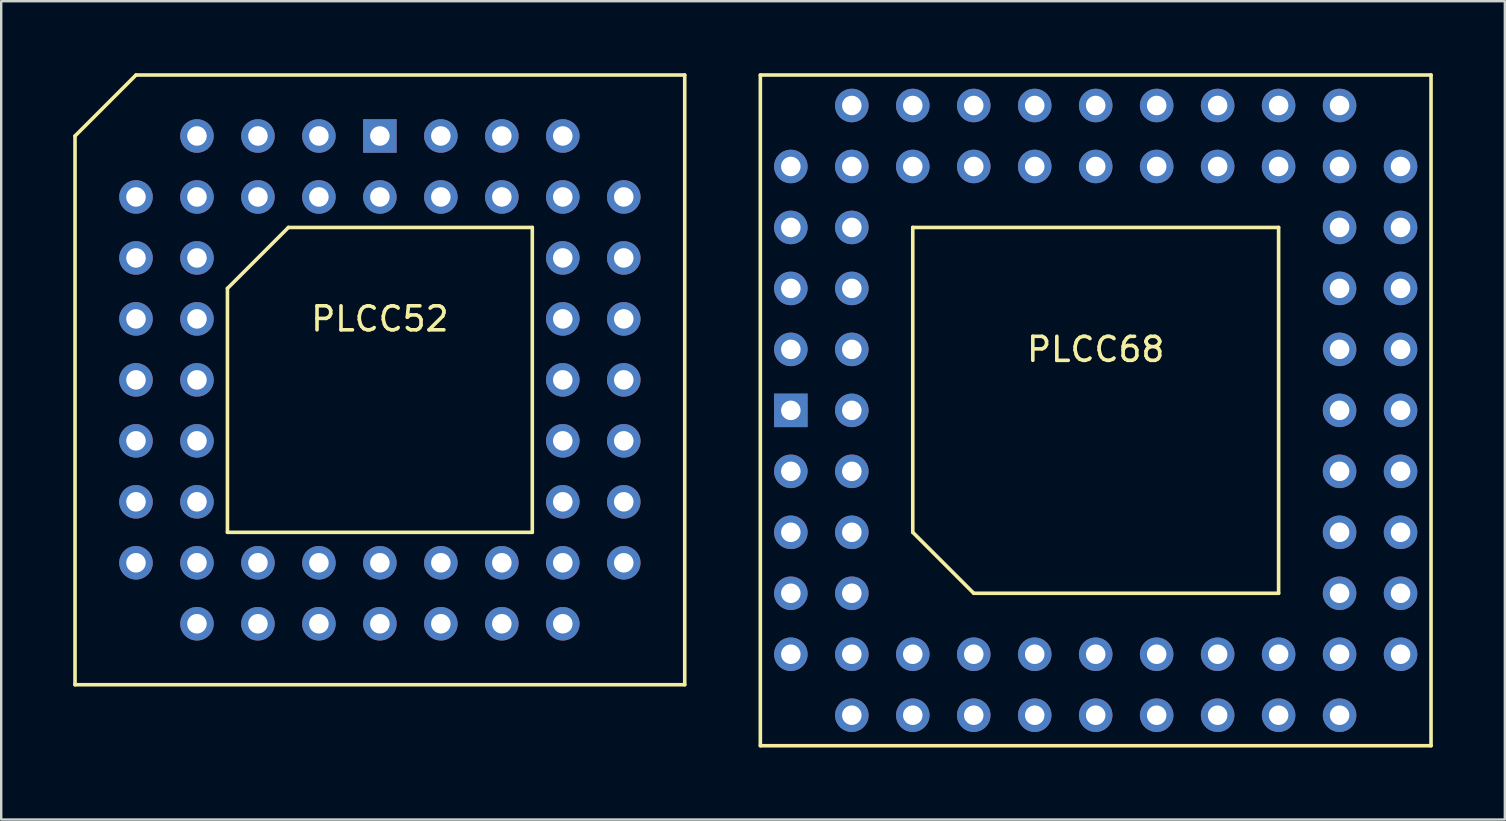
<source format=kicad_pcb>
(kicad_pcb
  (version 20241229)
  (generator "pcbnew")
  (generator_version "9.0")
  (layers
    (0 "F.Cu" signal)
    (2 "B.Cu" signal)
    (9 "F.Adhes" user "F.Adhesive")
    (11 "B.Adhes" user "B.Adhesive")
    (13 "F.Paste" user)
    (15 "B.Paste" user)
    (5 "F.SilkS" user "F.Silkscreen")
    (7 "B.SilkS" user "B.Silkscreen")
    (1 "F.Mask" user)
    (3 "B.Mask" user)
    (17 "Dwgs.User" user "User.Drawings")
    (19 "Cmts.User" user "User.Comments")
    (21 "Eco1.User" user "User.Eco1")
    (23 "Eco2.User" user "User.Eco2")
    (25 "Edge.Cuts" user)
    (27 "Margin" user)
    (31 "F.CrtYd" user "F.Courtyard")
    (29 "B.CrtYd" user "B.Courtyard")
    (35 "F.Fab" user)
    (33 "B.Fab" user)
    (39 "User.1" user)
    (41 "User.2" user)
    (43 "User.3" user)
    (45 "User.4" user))
  (footprint "PLCC68"
    (layer "F.Cu")
    (at 42.595 14.045)
    (property "Reference" "PLCC68" (at 0 -2.54 0) (layer "F.SilkS") (effects (font (size 1 1) (thickness 0.15))))
    (attr through_hole)
    (fp_line (start -13.97 -13.97) (end 13.97 -13.97) (stroke (width 0.15) (type solid)) (layer "F.SilkS"))
    (fp_line (start -13.97 13.97) (end -13.97 -13.97) (stroke (width 0.15) (type solid)) (layer "F.SilkS"))
    (fp_line (start -7.62 -7.62) (end 7.62 -7.62) (stroke (width 0.15) (type solid)) (layer "F.SilkS"))
    (fp_line (start -7.62 5.08) (end -7.62 -7.62) (stroke (width 0.15) (type solid)) (layer "F.SilkS"))
    (fp_line (start -5.08 7.62) (end -7.62 5.08) (stroke (width 0.15) (type solid)) (layer "F.SilkS"))
    (fp_line (start 7.62 -7.62) (end 7.62 7.62) (stroke (width 0.15) (type solid)) (layer "F.SilkS"))
    (fp_line (start 7.62 7.62) (end -5.08 7.62) (stroke (width 0.15) (type solid)) (layer "F.SilkS"))
    (fp_line (start 13.97 -13.97) (end 13.97 13.97) (stroke (width 0.15) (type solid)) (layer "F.SilkS"))
    (fp_line (start 13.97 13.97) (end -13.97 13.97) (stroke (width 0.15) (type solid)) (layer "F.SilkS"))
    (pad "1" thru_hole rect (at -12.7 0) (size 1.397 1.397) (drill 0.813) (layers "*.Cu" "*.Mask"))
    (pad "2" thru_hole circle (at -10.16 0) (size 1.397 1.397) (drill 0.813) (layers "*.Cu" "*.Mask"))
    (pad "3" thru_hole circle (at -12.7 2.54) (size 1.397 1.397) (drill 0.813) (layers "*.Cu" "*.Mask"))
    (pad "4" thru_hole circle (at -10.16 2.54) (size 1.397 1.397) (drill 0.813) (layers "*.Cu" "*.Mask"))
    (pad "5" thru_hole circle (at -12.7 5.08) (size 1.397 1.397) (drill 0.813) (layers "*.Cu" "*.Mask"))
    (pad "6" thru_hole circle (at -10.16 5.08) (size 1.397 1.397) (drill 0.813) (layers "*.Cu" "*.Mask"))
    (pad "7" thru_hole circle (at -12.7 7.62) (size 1.397 1.397) (drill 0.813) (layers "*.Cu" "*.Mask"))
    (pad "8" thru_hole circle (at -10.16 7.62) (size 1.397 1.397) (drill 0.813) (layers "*.Cu" "*.Mask"))
    (pad "9" thru_hole circle (at -12.7 10.16) (size 1.397 1.397) (drill 0.813) (layers "*.Cu" "*.Mask"))
    (pad "10" thru_hole circle (at -10.16 12.7) (size 1.397 1.397) (drill 0.813) (layers "*.Cu" "*.Mask"))
    (pad "11" thru_hole circle (at -10.16 10.16) (size 1.397 1.397) (drill 0.813) (layers "*.Cu" "*.Mask"))
    (pad "12" thru_hole circle (at -7.62 12.7) (size 1.397 1.397) (drill 0.813) (layers "*.Cu" "*.Mask"))
    (pad "13" thru_hole circle (at -7.62 10.16) (size 1.397 1.397) (drill 0.813) (layers "*.Cu" "*.Mask"))
    (pad "14" thru_hole circle (at -5.08 12.7) (size 1.397 1.397) (drill 0.813) (layers "*.Cu" "*.Mask"))
    (pad "15" thru_hole circle (at -5.08 10.16) (size 1.397 1.397) (drill 0.813) (layers "*.Cu" "*.Mask"))
    (pad "16" thru_hole circle (at -2.54 12.7) (size 1.397 1.397) (drill 0.813) (layers "*.Cu" "*.Mask"))
    (pad "17" thru_hole circle (at -2.54 10.16) (size 1.397 1.397) (drill 0.813) (layers "*.Cu" "*.Mask"))
    (pad "18" thru_hole circle (at 0 12.7) (size 1.397 1.397) (drill 0.813) (layers "*.Cu" "*.Mask"))
    (pad "19" thru_hole circle (at 0 10.16) (size 1.397 1.397) (drill 0.813) (layers "*.Cu" "*.Mask"))
    (pad "20" thru_hole circle (at 2.54 12.7) (size 1.397 1.397) (drill 0.813) (layers "*.Cu" "*.Mask"))
    (pad "21" thru_hole circle (at 2.54 10.16) (size 1.397 1.397) (drill 0.813) (layers "*.Cu" "*.Mask"))
    (pad "22" thru_hole circle (at 5.08 12.7) (size 1.397 1.397) (drill 0.813) (layers "*.Cu" "*.Mask"))
    (pad "23" thru_hole circle (at 5.08 10.16) (size 1.397 1.397) (drill 0.813) (layers "*.Cu" "*.Mask"))
    (pad "24" thru_hole circle (at 7.62 12.7) (size 1.397 1.397) (drill 0.813) (layers "*.Cu" "*.Mask"))
    (pad "25" thru_hole circle (at 7.62 10.16) (size 1.397 1.397) (drill 0.813) (layers "*.Cu" "*.Mask"))
    (pad "26" thru_hole circle (at 10.16 12.7) (size 1.397 1.397) (drill 0.813) (layers "*.Cu" "*.Mask"))
    (pad "27" thru_hole circle (at 12.7 10.16) (size 1.397 1.397) (drill 0.813) (layers "*.Cu" "*.Mask"))
    (pad "28" thru_hole circle (at 10.16 10.16) (size 1.397 1.397) (drill 0.813) (layers "*.Cu" "*.Mask"))
    (pad "29" thru_hole circle (at 12.7 7.62) (size 1.397 1.397) (drill 0.813) (layers "*.Cu" "*.Mask"))
    (pad "30" thru_hole circle (at 10.16 7.62) (size 1.397 1.397) (drill 0.813) (layers "*.Cu" "*.Mask"))
    (pad "31" thru_hole circle (at 12.7 5.08) (size 1.397 1.397) (drill 0.813) (layers "*.Cu" "*.Mask"))
    (pad "32" thru_hole circle (at 10.16 5.08) (size 1.397 1.397) (drill 0.813) (layers "*.Cu" "*.Mask"))
    (pad "33" thru_hole circle (at 12.7 2.54) (size 1.397 1.397) (drill 0.813) (layers "*.Cu" "*.Mask"))
    (pad "34" thru_hole circle (at 10.16 2.54) (size 1.397 1.397) (drill 0.813) (layers "*.Cu" "*.Mask"))
    (pad "35" thru_hole circle (at 12.7 0) (size 1.397 1.397) (drill 0.813) (layers "*.Cu" "*.Mask"))
    (pad "36" thru_hole circle (at 10.16 0) (size 1.397 1.397) (drill 0.813) (layers "*.Cu" "*.Mask"))
    (pad "37" thru_hole circle (at 12.7 -2.54) (size 1.397 1.397) (drill 0.813) (layers "*.Cu" "*.Mask"))
    (pad "38" thru_hole circle (at 10.16 -2.54) (size 1.397 1.397) (drill 0.813) (layers "*.Cu" "*.Mask"))
    (pad "39" thru_hole circle (at 12.7 -5.08) (size 1.397 1.397) (drill 0.813) (layers "*.Cu" "*.Mask"))
    (pad "40" thru_hole circle (at 10.16 -5.08) (size 1.397 1.397) (drill 0.813) (layers "*.Cu" "*.Mask"))
    (pad "41" thru_hole circle (at 12.7 -7.62) (size 1.397 1.397) (drill 0.813) (layers "*.Cu" "*.Mask"))
    (pad "42" thru_hole circle (at 10.16 -7.62) (size 1.397 1.397) (drill 0.813) (layers "*.Cu" "*.Mask"))
    (pad "43" thru_hole circle (at 12.7 -10.16) (size 1.397 1.397) (drill 0.813) (layers "*.Cu" "*.Mask"))
    (pad "44" thru_hole circle (at 10.16 -12.7) (size 1.397 1.397) (drill 0.813) (layers "*.Cu" "*.Mask"))
    (pad "45" thru_hole circle (at 10.16 -10.16) (size 1.397 1.397) (drill 0.813) (layers "*.Cu" "*.Mask"))
    (pad "46" thru_hole circle (at 7.62 -12.7) (size 1.397 1.397) (drill 0.813) (layers "*.Cu" "*.Mask"))
    (pad "47" thru_hole circle (at 7.62 -10.16) (size 1.397 1.397) (drill 0.813) (layers "*.Cu" "*.Mask"))
    (pad "48" thru_hole circle (at 5.08 -12.7) (size 1.397 1.397) (drill 0.813) (layers "*.Cu" "*.Mask"))
    (pad "49" thru_hole circle (at 5.08 -10.16) (size 1.397 1.397) (drill 0.813) (layers "*.Cu" "*.Mask"))
    (pad "50" thru_hole circle (at 2.54 -12.7) (size 1.397 1.397) (drill 0.813) (layers "*.Cu" "*.Mask"))
    (pad "51" thru_hole circle (at 2.54 -10.16) (size 1.397 1.397) (drill 0.813) (layers "*.Cu" "*.Mask"))
    (pad "52" thru_hole circle (at 0 -12.7) (size 1.397 1.397) (drill 0.813) (layers "*.Cu" "*.Mask"))
    (pad "53" thru_hole circle (at 0 -10.16) (size 1.397 1.397) (drill 0.813) (layers "*.Cu" "*.Mask"))
    (pad "54" thru_hole circle (at -2.54 -12.7) (size 1.397 1.397) (drill 0.813) (layers "*.Cu" "*.Mask"))
    (pad "55" thru_hole circle (at -2.54 -10.16) (size 1.397 1.397) (drill 0.813) (layers "*.Cu" "*.Mask"))
    (pad "56" thru_hole circle (at -5.08 -12.7) (size 1.397 1.397) (drill 0.813) (layers "*.Cu" "*.Mask"))
    (pad "57" thru_hole circle (at -5.08 -10.16) (size 1.397 1.397) (drill 0.813) (layers "*.Cu" "*.Mask"))
    (pad "58" thru_hole circle (at -7.62 -12.7) (size 1.397 1.397) (drill 0.813) (layers "*.Cu" "*.Mask"))
    (pad "59" thru_hole circle (at -7.62 -10.16) (size 1.397 1.397) (drill 0.813) (layers "*.Cu" "*.Mask"))
    (pad "60" thru_hole circle (at -10.16 -12.7) (size 1.397 1.397) (drill 0.813) (layers "*.Cu" "*.Mask"))
    (pad "61" thru_hole circle (at -12.7 -10.16) (size 1.397 1.397) (drill 0.813) (layers "*.Cu" "*.Mask"))
    (pad "62" thru_hole circle (at -10.16 -10.16) (size 1.397 1.397) (drill 0.813) (layers "*.Cu" "*.Mask"))
    (pad "63" thru_hole circle (at -12.7 -7.62) (size 1.397 1.397) (drill 0.813) (layers "*.Cu" "*.Mask"))
    (pad "64" thru_hole circle (at -10.16 -7.62) (size 1.397 1.397) (drill 0.813) (layers "*.Cu" "*.Mask"))
    (pad "65" thru_hole circle (at -12.7 -5.08) (size 1.397 1.397) (drill 0.813) (layers "*.Cu" "*.Mask"))
    (pad "66" thru_hole circle (at -10.16 -5.08) (size 1.397 1.397) (drill 0.813) (layers "*.Cu" "*.Mask"))
    (pad "67" thru_hole circle (at -12.7 -2.54) (size 1.397 1.397) (drill 0.813) (layers "*.Cu" "*.Mask"))
    (pad "68" thru_hole circle (at -10.16 -2.54) (size 1.397 1.397) (drill 0.813) (layers "*.Cu" "*.Mask")))
  (footprint "PLCC52"
    (layer "F.Cu")
    (at 12.775 12.775)
    (property "Reference" "PLCC52" (at 0 -2.54 0) (layer "F.SilkS") (effects (font (size 1 1) (thickness 0.15))))
    (attr through_hole)
    (fp_line (start -12.7 -10.16) (end -10.16 -12.7) (stroke (width 0.15) (type solid)) (layer "F.SilkS"))
    (fp_line (start -12.7 12.7) (end -12.7 -10.16) (stroke (width 0.15) (type solid)) (layer "F.SilkS"))
    (fp_line (start -10.16 -12.7) (end 12.7 -12.7) (stroke (width 0.15) (type solid)) (layer "F.SilkS"))
    (fp_line (start -6.35 -3.81) (end -6.35 6.35) (stroke (width 0.15) (type solid)) (layer "F.SilkS"))
    (fp_line (start -6.35 6.35) (end 6.35 6.35) (stroke (width 0.15) (type solid)) (layer "F.SilkS"))
    (fp_line (start -3.81 -6.35) (end -6.35 -3.81) (stroke (width 0.15) (type solid)) (layer "F.SilkS"))
    (fp_line (start 6.35 -6.35) (end -3.81 -6.35) (stroke (width 0.15) (type solid)) (layer "F.SilkS"))
    (fp_line (start 6.35 6.35) (end 6.35 -6.35) (stroke (width 0.15) (type solid)) (layer "F.SilkS"))
    (fp_line (start 12.7 -12.7) (end 12.7 12.7) (stroke (width 0.15) (type solid)) (layer "F.SilkS"))
    (fp_line (start 12.7 12.7) (end -12.7 12.7) (stroke (width 0.15) (type solid)) (layer "F.SilkS"))
    (pad "1" thru_hole rect (at 0 -10.16) (size 1.397 1.397) (drill 0.813) (layers "*.Cu" "*.Mask"))
    (pad "2" thru_hole circle (at 0 -7.62) (size 1.397 1.397) (drill 0.813) (layers "*.Cu" "*.Mask"))
    (pad "3" thru_hole circle (at -2.54 -10.16) (size 1.397 1.397) (drill 0.813) (layers "*.Cu" "*.Mask"))
    (pad "4" thru_hole circle (at -2.54 -7.62) (size 1.397 1.397) (drill 0.813) (layers "*.Cu" "*.Mask"))
    (pad "5" thru_hole circle (at -5.08 -10.16) (size 1.397 1.397) (drill 0.813) (layers "*.Cu" "*.Mask"))
    (pad "6" thru_hole circle (at -5.08 -7.62) (size 1.397 1.397) (drill 0.813) (layers "*.Cu" "*.Mask"))
    (pad "7" thru_hole circle (at -7.62 -10.16) (size 1.397 1.397) (drill 0.813) (layers "*.Cu" "*.Mask"))
    (pad "8" thru_hole circle (at -10.16 -7.62) (size 1.397 1.397) (drill 0.813) (layers "*.Cu" "*.Mask"))
    (pad "9" thru_hole circle (at -7.62 -7.62) (size 1.397 1.397) (drill 0.813) (layers "*.Cu" "*.Mask"))
    (pad "10" thru_hole circle (at -10.16 -5.08) (size 1.397 1.397) (drill 0.813) (layers "*.Cu" "*.Mask"))
    (pad "11" thru_hole circle (at -7.62 -5.08) (size 1.397 1.397) (drill 0.813) (layers "*.Cu" "*.Mask"))
    (pad "12" thru_hole circle (at -10.16 -2.54) (size 1.397 1.397) (drill 0.813) (layers "*.Cu" "*.Mask"))
    (pad "13" thru_hole circle (at -7.62 -2.54) (size 1.397 1.397) (drill 0.813) (layers "*.Cu" "*.Mask"))
    (pad "14" thru_hole circle (at -10.16 0) (size 1.397 1.397) (drill 0.813) (layers "*.Cu" "*.Mask"))
    (pad "15" thru_hole circle (at -7.62 0) (size 1.397 1.397) (drill 0.813) (layers "*.Cu" "*.Mask"))
    (pad "16" thru_hole circle (at -10.16 2.54) (size 1.397 1.397) (drill 0.813) (layers "*.Cu" "*.Mask"))
    (pad "17" thru_hole circle (at -7.62 2.54) (size 1.397 1.397) (drill 0.813) (layers "*.Cu" "*.Mask"))
    (pad "18" thru_hole circle (at -10.16 5.08) (size 1.397 1.397) (drill 0.813) (layers "*.Cu" "*.Mask"))
    (pad "19" thru_hole circle (at -7.62 5.08) (size 1.397 1.397) (drill 0.813) (layers "*.Cu" "*.Mask"))
    (pad "20" thru_hole circle (at -10.16 7.62) (size 1.397 1.397) (drill 0.813) (layers "*.Cu" "*.Mask"))
    (pad "21" thru_hole circle (at -7.62 10.16) (size 1.397 1.397) (drill 0.813) (layers "*.Cu" "*.Mask"))
    (pad "22" thru_hole circle (at -7.62 7.62) (size 1.397 1.397) (drill 0.813) (layers "*.Cu" "*.Mask"))
    (pad "23" thru_hole circle (at -5.08 10.16) (size 1.397 1.397) (drill 0.813) (layers "*.Cu" "*.Mask"))
    (pad "24" thru_hole circle (at -5.08 7.62) (size 1.397 1.397) (drill 0.813) (layers "*.Cu" "*.Mask"))
    (pad "25" thru_hole circle (at -2.54 10.16) (size 1.397 1.397) (drill 0.813) (layers "*.Cu" "*.Mask"))
    (pad "26" thru_hole circle (at -2.54 7.62) (size 1.397 1.397) (drill 0.813) (layers "*.Cu" "*.Mask"))
    (pad "27" thru_hole circle (at 0 10.16) (size 1.397 1.397) (drill 0.813) (layers "*.Cu" "*.Mask"))
    (pad "28" thru_hole circle (at 0 7.62) (size 1.397 1.397) (drill 0.813) (layers "*.Cu" "*.Mask"))
    (pad "29" thru_hole circle (at 2.54 10.16) (size 1.397 1.397) (drill 0.813) (layers "*.Cu" "*.Mask"))
    (pad "30" thru_hole circle (at 2.54 7.62) (size 1.397 1.397) (drill 0.813) (layers "*.Cu" "*.Mask"))
    (pad "31" thru_hole circle (at 5.08 10.16) (size 1.397 1.397) (drill 0.813) (layers "*.Cu" "*.Mask"))
    (pad "32" thru_hole circle (at 5.08 7.62) (size 1.397 1.397) (drill 0.813) (layers "*.Cu" "*.Mask"))
    (pad "33" thru_hole circle (at 7.62 10.16) (size 1.397 1.397) (drill 0.813) (layers "*.Cu" "*.Mask"))
    (pad "34" thru_hole circle (at 10.16 7.62) (size 1.397 1.397) (drill 0.813) (layers "*.Cu" "*.Mask"))
    (pad "35" thru_hole circle (at 7.62 7.62) (size 1.397 1.397) (drill 0.813) (layers "*.Cu" "*.Mask"))
    (pad "36" thru_hole circle (at 10.16 5.08) (size 1.397 1.397) (drill 0.813) (layers "*.Cu" "*.Mask"))
    (pad "37" thru_hole circle (at 7.62 5.08) (size 1.397 1.397) (drill 0.813) (layers "*.Cu" "*.Mask"))
    (pad "38" thru_hole circle (at 10.16 2.54) (size 1.397 1.397) (drill 0.813) (layers "*.Cu" "*.Mask"))
    (pad "39" thru_hole circle (at 7.62 2.54) (size 1.397 1.397) (drill 0.813) (layers "*.Cu" "*.Mask"))
    (pad "40" thru_hole circle (at 10.16 0) (size 1.397 1.397) (drill 0.813) (layers "*.Cu" "*.Mask"))
    (pad "41" thru_hole circle (at 7.62 0) (size 1.397 1.397) (drill 0.813) (layers "*.Cu" "*.Mask"))
    (pad "42" thru_hole circle (at 10.16 -2.54) (size 1.397 1.397) (drill 0.813) (layers "*.Cu" "*.Mask"))
    (pad "43" thru_hole circle (at 7.62 -2.54) (size 1.397 1.397) (drill 0.813) (layers "*.Cu" "*.Mask"))
    (pad "44" thru_hole circle (at 10.16 -5.08) (size 1.397 1.397) (drill 0.813) (layers "*.Cu" "*.Mask"))
    (pad "45" thru_hole circle (at 7.62 -5.08) (size 1.397 1.397) (drill 0.813) (layers "*.Cu" "*.Mask"))
    (pad "46" thru_hole circle (at 10.16 -7.62) (size 1.397 1.397) (drill 0.813) (layers "*.Cu" "*.Mask"))
    (pad "47" thru_hole circle (at 7.62 -10.16) (size 1.397 1.397) (drill 0.813) (layers "*.Cu" "*.Mask"))
    (pad "48" thru_hole circle (at 7.62 -7.62) (size 1.397 1.397) (drill 0.813) (layers "*.Cu" "*.Mask"))
    (pad "49" thru_hole circle (at 5.08 -10.16) (size 1.397 1.397) (drill 0.813) (layers "*.Cu" "*.Mask"))
    (pad "50" thru_hole circle (at 5.08 -7.62) (size 1.397 1.397) (drill 0.813) (layers "*.Cu" "*.Mask"))
    (pad "51" thru_hole circle (at 2.54 -10.16) (size 1.397 1.397) (drill 0.813) (layers "*.Cu" "*.Mask"))
    (pad "52" thru_hole circle (at 2.54 -7.62) (size 1.397 1.397) (drill 0.813) (layers "*.Cu" "*.Mask")))
  (gr_rect
    (start -3 -3)
    (end 59.64 31.09)
    (stroke (width 0.1) (type default))
    (fill no)
    (layer "Edge.Cuts")))
</source>
